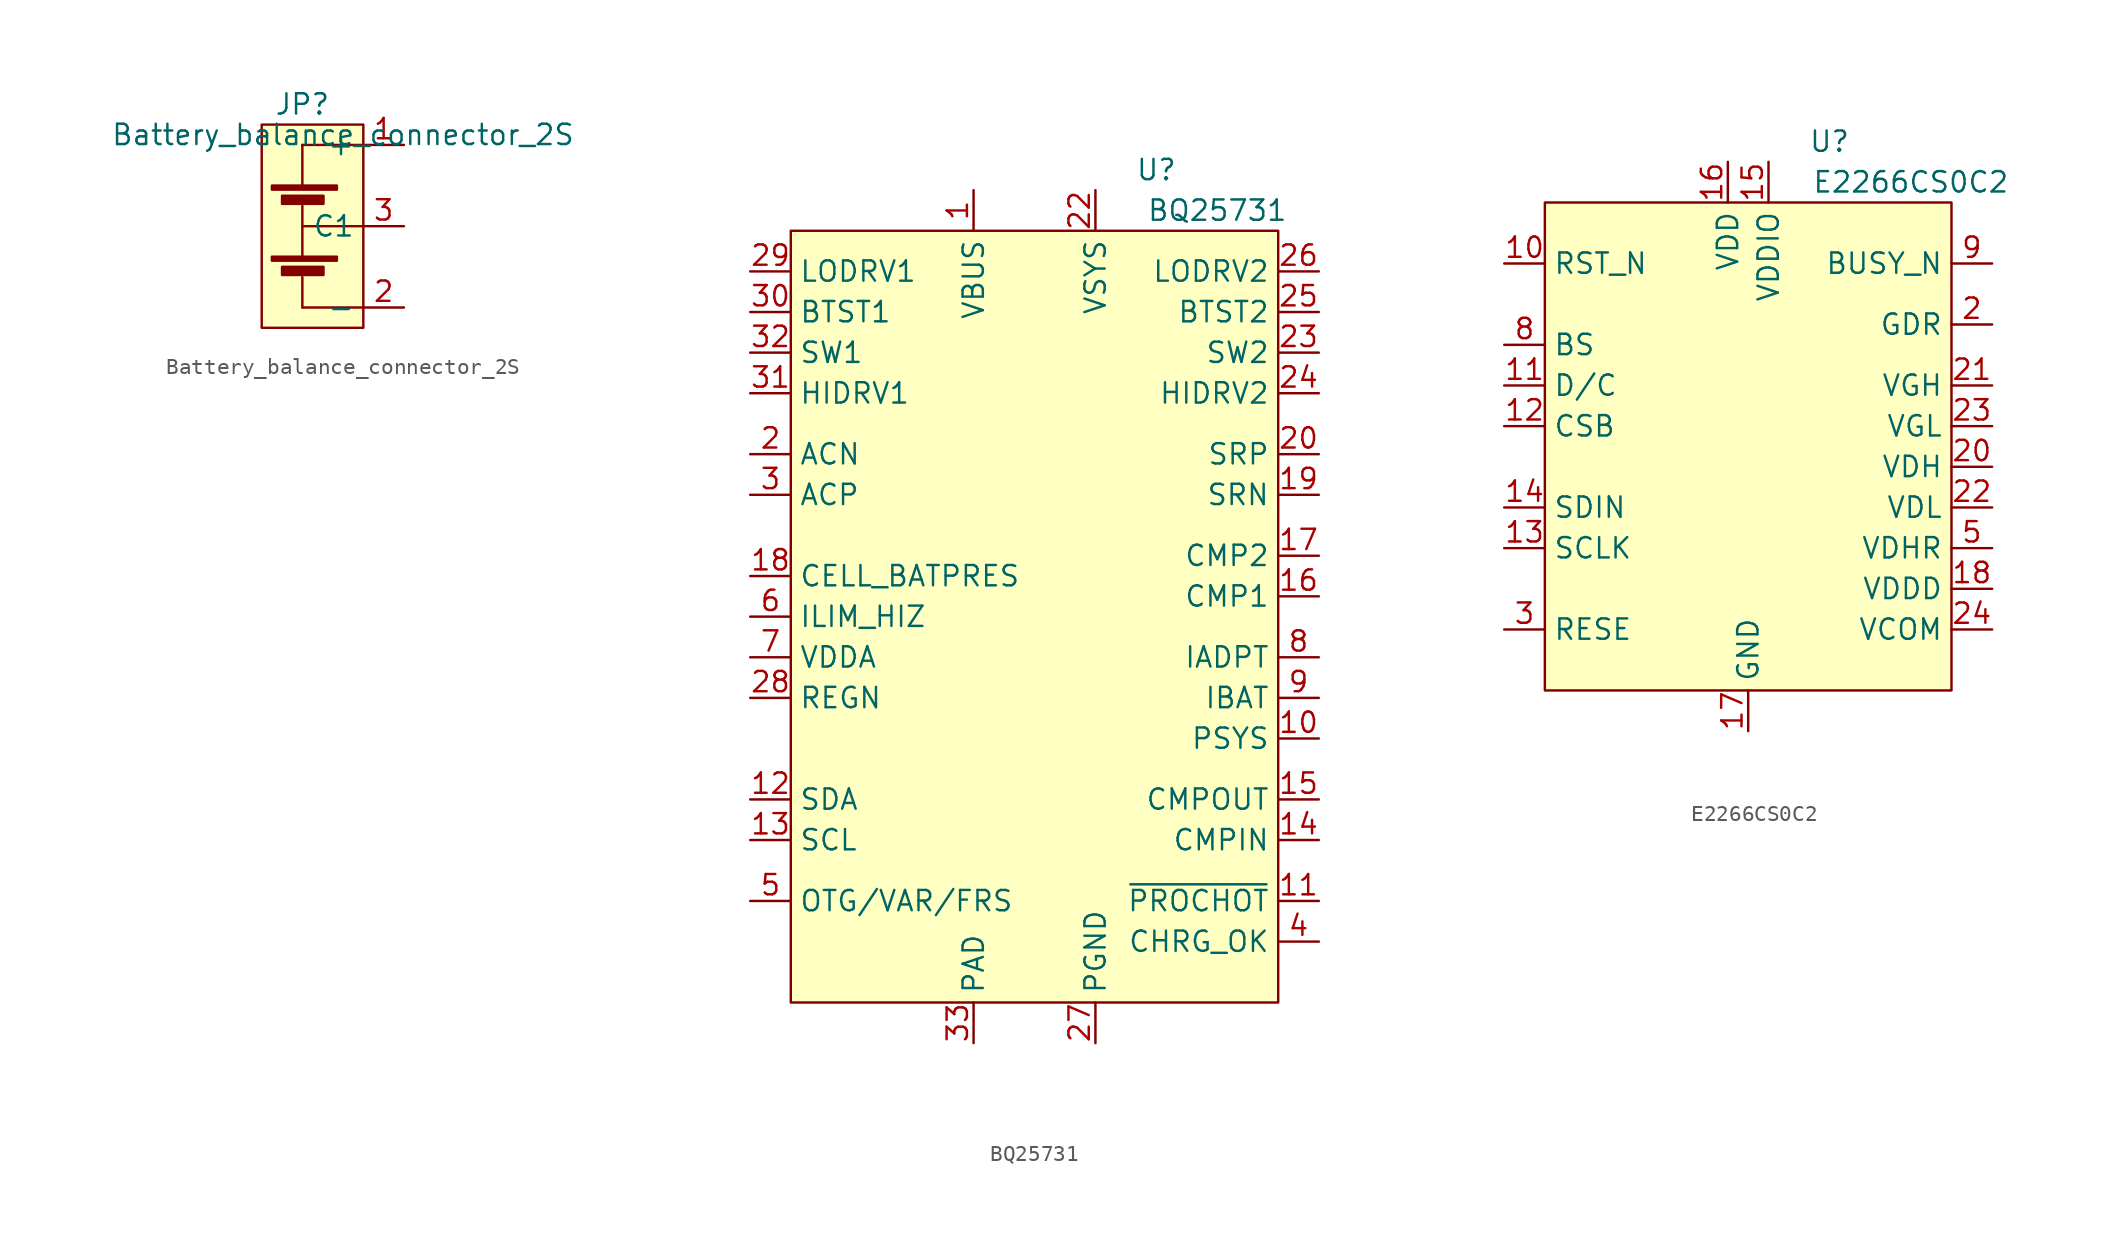
<source format=kicad_sym>
(kicad_symbol_lib
  (version 20211014)
  (generator kicad_symbol_editor)
  (symbol "Battery_balance_connector_2S"
    (property "Reference" "JP"
      (at 0 7.62 0)
      (effects (font (size 1.27 1.27))))
    (property "Value" "Battery_balance_connector_2S"
      (at 2.54 5.715 0)
      (effects (font (size 1.27 1.27))))
    (symbol "Battery_balance_connector_2S_0_0"
      (pin passive line (at 6.35 0 180) (length 2.54) (name "C1" (effects (font (size 1.27 1.27)))) (number "3" (effects (font (size 1.27 1.27))))))
    (symbol "Battery_balance_connector_2S_0_1"
      (rectangle (start -2.54 6.35) (end 3.81 -6.35) (stroke (width 0) (type default) (color 0 0 0 0)) (fill (type background)))
      (rectangle (start -1.905 -1.905) (end 2.159 -2.159) (stroke (width 0) (type default) (color 0 0 0 0)) (fill (type outline)))
      (rectangle (start -1.905 2.54) (end 2.159 2.286) (stroke (width 0) (type default) (color 0 0 0 0)) (fill (type outline)))
      (rectangle (start -1.27 -2.54) (end 1.321 -3.048) (stroke (width 0) (type default) (color 0 0 0 0)) (fill (type outline)))
      (rectangle (start -1.27 1.905) (end 1.321 1.397) (stroke (width 0) (type default) (color 0 0 0 0)) (fill (type outline)))
      (polyline (pts (xy 0 -5.08) (xy 3.81 -5.08)) (stroke (width 0) (type default) (color 0 0 0 0)) (fill (type none)))
      (polyline (pts (xy 0 -3.175) (xy 0 -5.08)) (stroke (width 0) (type default) (color 0 0 0 0)) (fill (type none)))
      (polyline (pts (xy 0 -1.905) (xy 0 1.27)) (stroke (width 0) (type default) (color 0 0 0 0)) (fill (type none)))
      (polyline (pts (xy 0 0) (xy 3.81 0)) (stroke (width 0) (type default) (color 0 0 0 0)) (fill (type none)))
      (polyline (pts (xy 0 5.08) (xy 0 2.54)) (stroke (width 0) (type default) (color 0 0 0 0)) (fill (type none)))
      (polyline (pts (xy 0 5.08) (xy 3.81 5.08)) (stroke (width 0) (type default) (color 0 0 0 0)) (fill (type none))))
    (symbol "Battery_balance_connector_2S_1_1"
      (pin passive line (at 6.35 5.08 180) (length 2.54) (name "+" (effects (font (size 1.27 1.27)))) (number "1" (effects (font (size 1.27 1.27)))))
      (pin passive line (at 6.35 -5.08 180) (length 2.54) (name "-" (effects (font (size 1.27 1.27)))) (number "2" (effects (font (size 1.27 1.27)))))))
  (symbol "BQ25731"
    (property "Reference" "U"
      (at 7.62 27.94 0)
      (effects (font (size 1.27 1.27))))
    (property "Value" "BQ25731"
      (at 11.43 25.4 0)
      (effects (font (size 1.27 1.27))))
    (symbol "BQ25731_0_0"
      (pin passive line (at -3.81 26.67 270) (length 2.54) (name "VBUS" (effects (font (size 1.27 1.27)))) (number "1" (effects (font (size 1.27 1.27)))))
      (pin output line (at 17.78 -7.62 180) (length 2.54) (name "PSYS" (effects (font (size 1.27 1.27)))) (number "10" (effects (font (size 1.27 1.27)))))
      (pin output line (at 17.78 -17.78 180) (length 2.54) (name "~{PROCHOT}" (effects (font (size 1.27 1.27)))) (number "11" (effects (font (size 1.27 1.27)))))
      (pin bidirectional line (at -17.78 -11.43 0) (length 2.54) (name "SDA" (effects (font (size 1.27 1.27)))) (number "12" (effects (font (size 1.27 1.27)))))
      (pin bidirectional line (at -17.78 -13.97 0) (length 2.54) (name "SCL" (effects (font (size 1.27 1.27)))) (number "13" (effects (font (size 1.27 1.27)))))
      (pin input line (at 17.78 -13.97 180) (length 2.54) (name "CMPIN" (effects (font (size 1.27 1.27)))) (number "14" (effects (font (size 1.27 1.27)))))
      (pin output line (at 17.78 -11.43 180) (length 2.54) (name "CMPOUT" (effects (font (size 1.27 1.27)))) (number "15" (effects (font (size 1.27 1.27)))))
      (pin input line (at 17.78 1.27 180) (length 2.54) (name "CMP1" (effects (font (size 1.27 1.27)))) (number "16" (effects (font (size 1.27 1.27)))))
      (pin input line (at 17.78 3.81 180) (length 2.54) (name "CMP2" (effects (font (size 1.27 1.27)))) (number "17" (effects (font (size 1.27 1.27)))))
      (pin input line (at -17.78 2.54 0) (length 2.54) (name "CELL_BATPRES" (effects (font (size 1.27 1.27)))) (number "18" (effects (font (size 1.27 1.27)))))
      (pin input line (at 17.78 7.62 180) (length 2.54) (name "SRN" (effects (font (size 1.27 1.27)))) (number "19" (effects (font (size 1.27 1.27)))))
      (pin input line (at -17.78 10.16 0) (length 2.54) (name "ACN" (effects (font (size 1.27 1.27)))) (number "2" (effects (font (size 1.27 1.27)))))
      (pin input line (at 17.78 10.16 180) (length 2.54) (name "SRP" (effects (font (size 1.27 1.27)))) (number "20" (effects (font (size 1.27 1.27)))))
      (pin no_connect line (at -17.78 -21.59 0) (length 2.54) hide (name "NC" (effects (font (size 1.27 1.27)))) (number "21" (effects (font (size 1.27 1.27)))))
      (pin input line (at 3.81 26.67 270) (length 2.54) (name "VSYS" (effects (font (size 1.27 1.27)))) (number "22" (effects (font (size 1.27 1.27)))))
      (pin output line (at 17.78 16.51 180) (length 2.54) (name "SW2" (effects (font (size 1.27 1.27)))) (number "23" (effects (font (size 1.27 1.27)))))
      (pin input line (at 17.78 13.97 180) (length 2.54) (name "HIDRV2" (effects (font (size 1.27 1.27)))) (number "24" (effects (font (size 1.27 1.27)))))
      (pin passive line (at 17.78 19.05 180) (length 2.54) (name "BTST2" (effects (font (size 1.27 1.27)))) (number "25" (effects (font (size 1.27 1.27)))))
      (pin output line (at 17.78 21.59 180) (length 2.54) (name "LODRV2" (effects (font (size 1.27 1.27)))) (number "26" (effects (font (size 1.27 1.27)))))
      (pin passive line (at 3.81 -26.67 90) (length 2.54) (name "PGND" (effects (font (size 1.27 1.27)))) (number "27" (effects (font (size 1.27 1.27)))))
      (pin power_out line (at -17.78 -5.08 0) (length 2.54) (name "REGN" (effects (font (size 1.27 1.27)))) (number "28" (effects (font (size 1.27 1.27)))))
      (pin output line (at -17.78 21.59 0) (length 2.54) (name "LODRV1" (effects (font (size 1.27 1.27)))) (number "29" (effects (font (size 1.27 1.27)))))
      (pin input line (at -17.78 7.62 0) (length 2.54) (name "ACP" (effects (font (size 1.27 1.27)))) (number "3" (effects (font (size 1.27 1.27)))))
      (pin passive line (at -17.78 19.05 0) (length 2.54) (name "BTST1" (effects (font (size 1.27 1.27)))) (number "30" (effects (font (size 1.27 1.27)))))
      (pin input line (at -17.78 13.97 0) (length 2.54) (name "HIDRV1" (effects (font (size 1.27 1.27)))) (number "31" (effects (font (size 1.27 1.27)))))
      (pin output line (at -17.78 16.51 0) (length 2.54) (name "SW1" (effects (font (size 1.27 1.27)))) (number "32" (effects (font (size 1.27 1.27)))))
      (pin passive line (at -3.81 -26.67 90) (length 2.54) (name "PAD" (effects (font (size 1.27 1.27)))) (number "33" (effects (font (size 1.27 1.27)))))
      (pin output line (at 17.78 -20.32 180) (length 2.54) (name "CHRG_OK" (effects (font (size 1.27 1.27)))) (number "4" (effects (font (size 1.27 1.27)))))
      (pin input line (at -17.78 -17.78 0) (length 2.54) (name "OTG/VAR/FRS" (effects (font (size 1.27 1.27)))) (number "5" (effects (font (size 1.27 1.27)))))
      (pin input line (at -17.78 0 0) (length 2.54) (name "ILIM_HIZ" (effects (font (size 1.27 1.27)))) (number "6" (effects (font (size 1.27 1.27)))))
      (pin passive line (at -17.78 -2.54 0) (length 2.54) (name "VDDA" (effects (font (size 1.27 1.27)))) (number "7" (effects (font (size 1.27 1.27)))))
      (pin output line (at 17.78 -2.54 180) (length 2.54) (name "IADPT" (effects (font (size 1.27 1.27)))) (number "8" (effects (font (size 1.27 1.27)))))
      (pin output line (at 17.78 -5.08 180) (length 2.54) (name "IBAT" (effects (font (size 1.27 1.27)))) (number "9" (effects (font (size 1.27 1.27))))))
    (symbol "BQ25731_0_1"
      (rectangle (start -15.24 24.13) (end 15.24 -24.13) (stroke (width 0) (type default) (color 0 0 0 0)) (fill (type background)))))
  (symbol "E2266CS0C2"
    (property "Reference" "U"
      (at 5.08 19.05 0)
      (effects (font (size 1.27 1.27))))
    (property "Value" "E2266CS0C2"
      (at 10.16 16.51 0)
      (effects (font (size 1.27 1.27))))
    (symbol "E2266CS0C2_0_0"
      (pin no_connect line (at -15.24 -13.97 0) (length 2.54) hide (name "NC" (effects (font (size 1.27 1.27)))) (number "1" (effects (font (size 1.27 1.27)))))
      (pin input line (at -15.24 11.43 0) (length 2.54) (name "RST_N" (effects (font (size 1.27 1.27)))) (number "10" (effects (font (size 1.27 1.27)))))
      (pin input line (at -15.24 3.81 0) (length 2.54) (name "D/C" (effects (font (size 1.27 1.27)))) (number "11" (effects (font (size 1.27 1.27)))))
      (pin input line (at -15.24 1.27 0) (length 2.54) (name "CSB" (effects (font (size 1.27 1.27)))) (number "12" (effects (font (size 1.27 1.27)))))
      (pin input line (at -15.24 -6.35 0) (length 2.54) (name "SCLK" (effects (font (size 1.27 1.27)))) (number "13" (effects (font (size 1.27 1.27)))))
      (pin input line (at -15.24 -3.81 0) (length 2.54) (name "SDIN" (effects (font (size 1.27 1.27)))) (number "14" (effects (font (size 1.27 1.27)))))
      (pin passive line (at 1.27 17.78 270) (length 2.54) (name "VDDIO" (effects (font (size 1.27 1.27)))) (number "15" (effects (font (size 1.27 1.27)))))
      (pin passive line (at -1.27 17.78 270) (length 2.54) (name "VDD" (effects (font (size 1.27 1.27)))) (number "16" (effects (font (size 1.27 1.27)))))
      (pin passive line (at 0 -17.78 90) (length 2.54) (name "GND" (effects (font (size 1.27 1.27)))) (number "17" (effects (font (size 1.27 1.27)))))
      (pin passive line (at 15.24 -8.89 180) (length 2.54) (name "VDDD" (effects (font (size 1.27 1.27)))) (number "18" (effects (font (size 1.27 1.27)))))
      (pin no_connect line (at -15.24 -13.97 0) (length 2.54) hide (name "NC" (effects (font (size 1.27 1.27)))) (number "19" (effects (font (size 1.27 1.27)))))
      (pin output line (at 15.24 7.62 180) (length 2.54) (name "GDR" (effects (font (size 1.27 1.27)))) (number "2" (effects (font (size 1.27 1.27)))))
      (pin passive line (at 15.24 -1.27 180) (length 2.54) (name "VDH" (effects (font (size 1.27 1.27)))) (number "20" (effects (font (size 1.27 1.27)))))
      (pin passive line (at 15.24 3.81 180) (length 2.54) (name "VGH" (effects (font (size 1.27 1.27)))) (number "21" (effects (font (size 1.27 1.27)))))
      (pin passive line (at 15.24 -3.81 180) (length 2.54) (name "VDL" (effects (font (size 1.27 1.27)))) (number "22" (effects (font (size 1.27 1.27)))))
      (pin passive line (at 15.24 1.27 180) (length 2.54) (name "VGL" (effects (font (size 1.27 1.27)))) (number "23" (effects (font (size 1.27 1.27)))))
      (pin passive line (at 15.24 -11.43 180) (length 2.54) (name "VCOM" (effects (font (size 1.27 1.27)))) (number "24" (effects (font (size 1.27 1.27)))))
      (pin input line (at -15.24 -11.43 0) (length 2.54) (name "RESE" (effects (font (size 1.27 1.27)))) (number "3" (effects (font (size 1.27 1.27)))))
      (pin no_connect line (at -15.24 -13.97 0) (length 2.54) hide (name "NC" (effects (font (size 1.27 1.27)))) (number "4" (effects (font (size 1.27 1.27)))))
      (pin passive line (at 15.24 -6.35 180) (length 2.54) (name "VDHR" (effects (font (size 1.27 1.27)))) (number "5" (effects (font (size 1.27 1.27)))))
      (pin no_connect line (at -15.24 -13.97 0) (length 2.54) hide (name "NC" (effects (font (size 1.27 1.27)))) (number "6" (effects (font (size 1.27 1.27)))))
      (pin no_connect line (at -15.24 -13.97 0) (length 2.54) hide (name "NC" (effects (font (size 1.27 1.27)))) (number "7" (effects (font (size 1.27 1.27)))))
      (pin input line (at -15.24 6.35 0) (length 2.54) (name "BS" (effects (font (size 1.27 1.27)))) (number "8" (effects (font (size 1.27 1.27)))))
      (pin output line (at 15.24 11.43 180) (length 2.54) (name "BUSY_N" (effects (font (size 1.27 1.27)))) (number "9" (effects (font (size 1.27 1.27))))))
    (symbol "E2266CS0C2_0_1"
      (rectangle (start -12.7 15.24) (end 12.7 -15.24) (stroke (width 0) (type default) (color 0 0 0 0)) (fill (type background))))))
</source>
